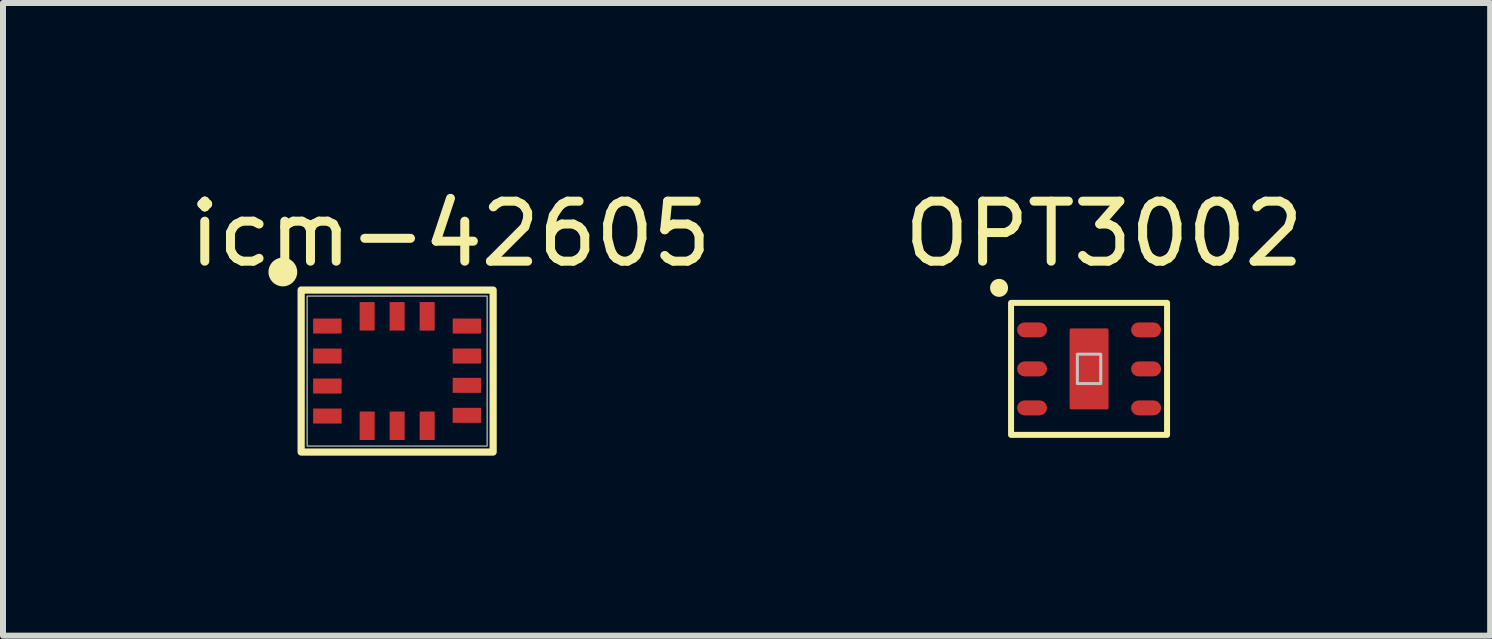
<source format=kicad_pcb>
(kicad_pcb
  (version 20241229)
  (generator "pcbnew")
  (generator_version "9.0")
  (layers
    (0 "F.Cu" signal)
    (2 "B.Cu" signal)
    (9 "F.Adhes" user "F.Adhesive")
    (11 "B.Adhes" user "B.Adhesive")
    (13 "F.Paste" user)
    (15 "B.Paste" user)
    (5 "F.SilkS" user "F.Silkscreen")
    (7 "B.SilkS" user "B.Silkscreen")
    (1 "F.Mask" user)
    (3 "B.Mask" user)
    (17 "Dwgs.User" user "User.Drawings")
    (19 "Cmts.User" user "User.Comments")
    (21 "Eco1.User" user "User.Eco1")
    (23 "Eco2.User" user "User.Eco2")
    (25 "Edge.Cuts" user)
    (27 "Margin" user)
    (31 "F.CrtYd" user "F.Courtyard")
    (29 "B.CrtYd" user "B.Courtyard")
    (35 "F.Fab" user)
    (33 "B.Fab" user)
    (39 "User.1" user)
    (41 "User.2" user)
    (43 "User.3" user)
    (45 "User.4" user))
  (footprint "OPT3002"
    (layer "F.Cu")
    (at 15.101 3.098)
    (property "Reference" "OPT3002" (at 0.25 -2.25 0) (unlocked yes) (layer "F.SilkS") (effects (font (size 1 1) (thickness 0.15))))
    (attr smd)
    (fp_rect (start -1.3 -1.1) (end 1.3 1.1) (stroke (width 0.1) (type default)) (fill no) (layer "F.SilkS"))
    (fp_circle (center -1.5 -1.35) (end -1.4 -1.35) (stroke (width 0.1) (type solid)) (fill yes) (layer "F.SilkS"))
    (fp_rect (start -0.195 0.245) (end 0.195 -0.245) (stroke (width 0.05) (type default)) (fill no) (layer "Dwgs.User"))
    (pad "1" smd roundrect (at -0.95 -0.65 180) (size 0.5 0.25) (layers "F.Cu" "F.Mask" "F.Paste") (roundrect_rratio 0.5))
    (pad "2" smd roundrect (at -0.95 0 180) (size 0.5 0.25) (layers "F.Cu" "F.Mask" "F.Paste") (roundrect_rratio 0.5))
    (pad "3" smd roundrect (at -0.95 0.65) (size 0.5 0.25) (layers "F.Cu" "F.Mask" "F.Paste") (roundrect_rratio 0.5))
    (pad "3" smd roundrect (at 0 0) (size 0.65 1.35) (layers "F.Cu" "F.Mask" "F.Paste") (roundrect_rratio 0.04))
    (pad "4" smd roundrect (at 0.95 0.65 180) (size 0.5 0.25) (layers "F.Cu" "F.Mask" "F.Paste") (roundrect_rratio 0.5))
    (pad "5" smd roundrect (at 0.95 0 180) (size 0.5 0.25) (layers "F.Cu" "F.Mask" "F.Paste") (roundrect_rratio 0.5))
    (pad "6" smd roundrect (at 0.95 -0.65 180) (size 0.5 0.25) (layers "F.Cu" "F.Mask" "F.Paste") (roundrect_rratio 0.5)))
  (footprint "icm-42605"
    (layer "F.Cu")
    (at 3.569 3.134)
    (property "Reference" "icm-42605" (at 0.889 -2.286 0) (unlocked yes) (layer "F.SilkS") (effects (font (size 1 1) (thickness 0.15))))
    (attr smd)
    (fp_rect (start -1.6 -1.35) (end 1.6 1.35) (stroke (width 0.12) (type default)) (fill no) (layer "F.SilkS"))
    (fp_circle (center -1.905 -1.651) (end -1.725 -1.651) (stroke (width 0.12) (type solid)) (fill yes) (layer "F.SilkS"))
    (fp_rect (start -1.5 -1.25) (end 1.5 1.25) (stroke (width 0.02) (type default)) (fill no) (layer "Dwgs.User"))
    (pad "1" smd rect (at -1.163 -0.75 90) (size 0.25 0.475) (layers "F.Cu" "F.Mask" "F.Paste"))
    (pad "2" smd rect (at -1.163 -0.25 90) (size 0.25 0.475) (layers "F.Cu" "F.Mask" "F.Paste"))
    (pad "3" smd rect (at -1.163 0.25 90) (size 0.25 0.475) (layers "F.Cu" "F.Mask" "F.Paste"))
    (pad "4" smd rect (at -1.163 0.75 90) (size 0.25 0.475) (layers "F.Cu" "F.Mask" "F.Paste"))
    (pad "5" smd rect (at -0.5 0.912) (size 0.25 0.475) (layers "F.Cu" "F.Mask" "F.Paste"))
    (pad "6" smd rect (at 0 0.912) (size 0.25 0.475) (layers "F.Cu" "F.Mask" "F.Paste"))
    (pad "7" smd rect (at 0.5 0.912) (size 0.25 0.475) (layers "F.Cu" "F.Mask" "F.Paste"))
    (pad "8" smd rect (at 1.163 0.738 90) (size 0.25 0.475) (layers "F.Cu" "F.Mask" "F.Paste"))
    (pad "9" smd rect (at 1.163 0.238 90) (size 0.25 0.475) (layers "F.Cu" "F.Mask" "F.Paste"))
    (pad "10" smd rect (at 1.163 -0.25 90) (size 0.25 0.475) (layers "F.Cu" "F.Mask" "F.Paste"))
    (pad "11" smd rect (at 1.163 -0.75 90) (size 0.25 0.475) (layers "F.Cu" "F.Mask" "F.Paste"))
    (pad "12" smd rect (at 0.5 -0.912) (size 0.25 0.475) (layers "F.Cu" "F.Mask" "F.Paste"))
    (pad "13" smd rect (at 0 -0.912) (size 0.25 0.475) (layers "F.Cu" "F.Mask" "F.Paste"))
    (pad "14" smd rect (at -0.5 -0.912) (size 0.25 0.475) (layers "F.Cu" "F.Mask" "F.Paste")))
  (gr_rect
    (start -3 -3)
    (end 21.786 7.544)
    (stroke (width 0.1) (type default))
    (fill no)
    (layer "Edge.Cuts")))
</source>
